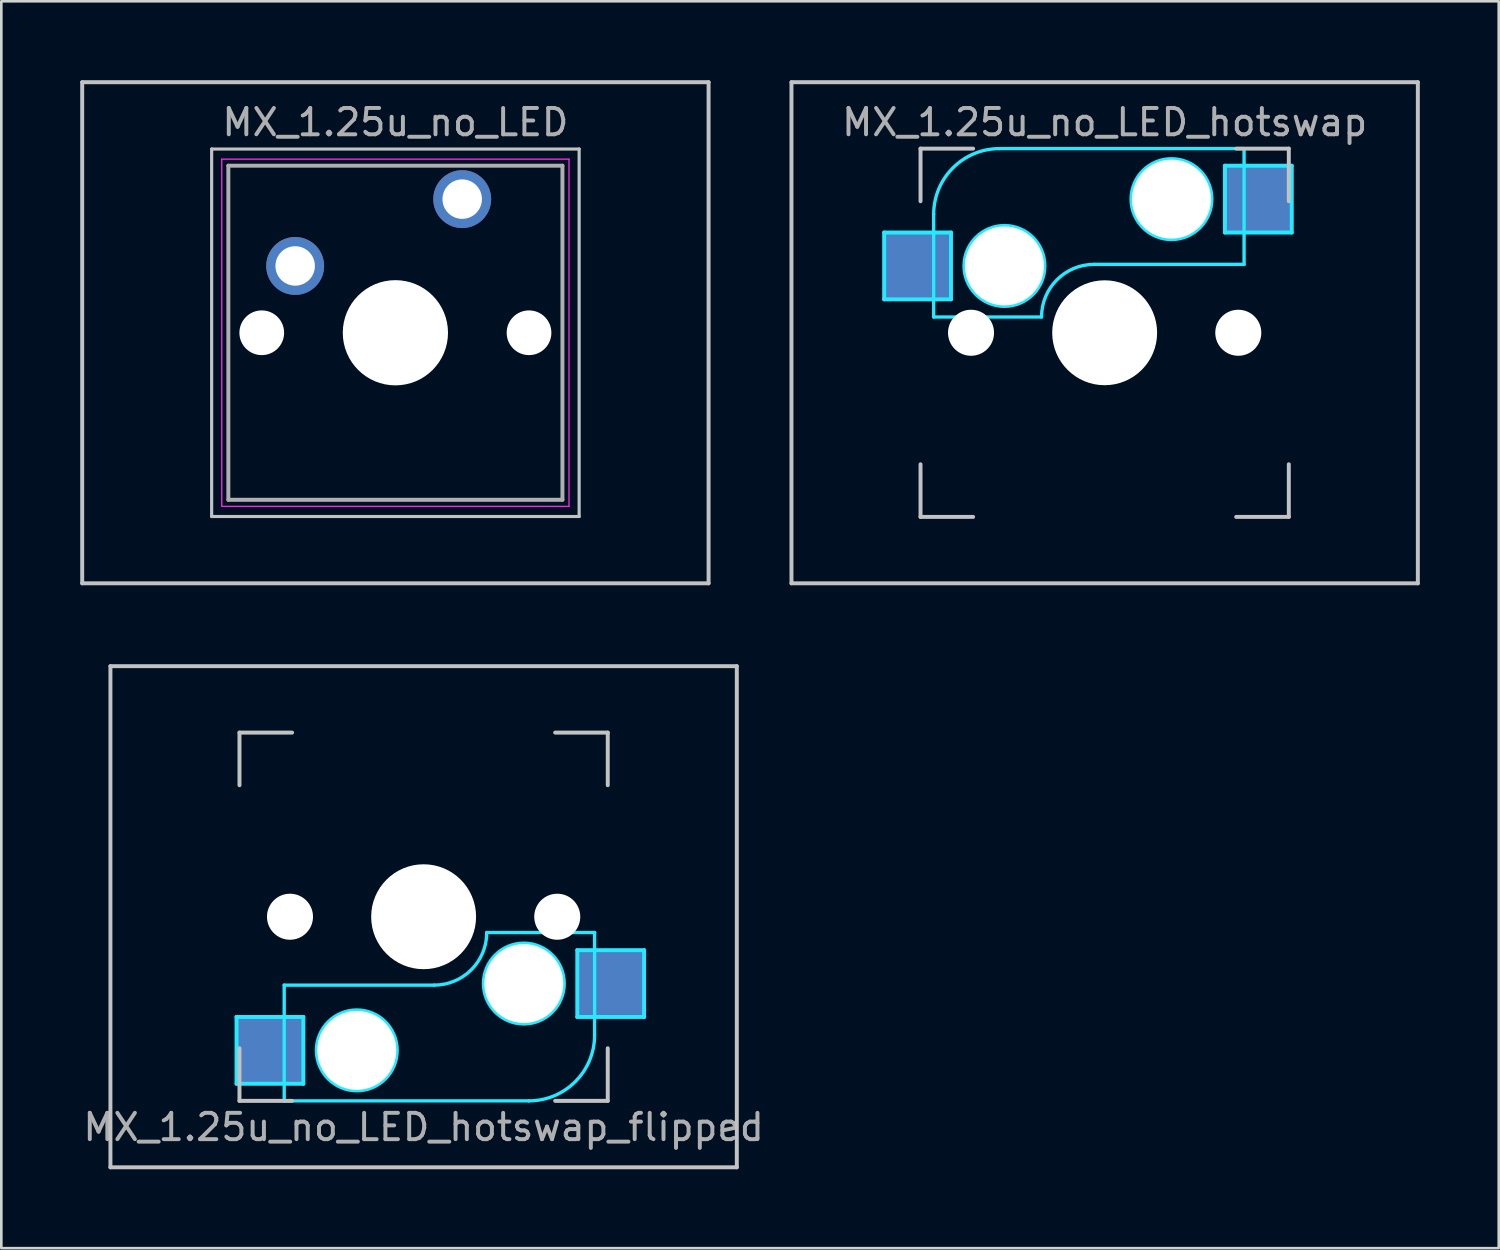
<source format=kicad_pcb>
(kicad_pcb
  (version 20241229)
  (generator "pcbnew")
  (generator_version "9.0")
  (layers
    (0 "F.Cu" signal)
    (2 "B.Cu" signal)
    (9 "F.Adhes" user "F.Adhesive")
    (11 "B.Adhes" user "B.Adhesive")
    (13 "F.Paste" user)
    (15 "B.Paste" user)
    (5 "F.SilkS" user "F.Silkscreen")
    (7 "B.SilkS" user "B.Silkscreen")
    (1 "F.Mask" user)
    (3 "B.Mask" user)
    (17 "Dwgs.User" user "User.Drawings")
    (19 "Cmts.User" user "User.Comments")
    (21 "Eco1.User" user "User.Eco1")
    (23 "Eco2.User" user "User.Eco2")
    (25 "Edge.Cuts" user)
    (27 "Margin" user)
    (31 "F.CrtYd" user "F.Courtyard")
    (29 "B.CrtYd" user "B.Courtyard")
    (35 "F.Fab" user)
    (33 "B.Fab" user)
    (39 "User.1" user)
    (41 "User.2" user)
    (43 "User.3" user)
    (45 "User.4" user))
  (footprint "MX_1.25u_no_LED_hotswap_flipped"
    (layer "F.Cu")
    (at 13.054 31.8)
    (property "Reference" "MX_1.25u_no_LED_hotswap_flipped" (at 0 8 180) (layer "F.Fab") (effects (font (size 1 1) (thickness 0.15))))
    (attr through_hole)
    (fp_line (start -11.906 -9.525) (end 11.906 -9.525) (stroke (width 0.15) (type solid)) (layer "Dwgs.User"))
    (fp_line (start -11.906 9.525) (end -11.906 -9.525) (stroke (width 0.15) (type solid)) (layer "Dwgs.User"))
    (fp_line (start -7 -7) (end -7 -5) (stroke (width 0.15) (type solid)) (layer "Dwgs.User"))
    (fp_line (start -7 7) (end -7 5) (stroke (width 0.15) (type solid)) (layer "Dwgs.User"))
    (fp_line (start -5 -7) (end -7 -7) (stroke (width 0.15) (type solid)) (layer "Dwgs.User"))
    (fp_line (start -5 7) (end -7 7) (stroke (width 0.15) (type solid)) (layer "Dwgs.User"))
    (fp_line (start 5 7) (end 7 7) (stroke (width 0.15) (type solid)) (layer "Dwgs.User"))
    (fp_line (start 7 -7) (end 5 -7) (stroke (width 0.15) (type solid)) (layer "Dwgs.User"))
    (fp_line (start 7 -5) (end 7 -7) (stroke (width 0.15) (type solid)) (layer "Dwgs.User"))
    (fp_line (start 7 7) (end 7 5) (stroke (width 0.15) (type solid)) (layer "Dwgs.User"))
    (fp_line (start 11.906 -9.525) (end 11.906 9.525) (stroke (width 0.15) (type solid)) (layer "Dwgs.User"))
    (fp_line (start 11.906 9.525) (end -11.906 9.525) (stroke (width 0.15) (type solid)) (layer "Dwgs.User"))
    (fp_line (start -7.112 3.81) (end -4.572 3.81) (stroke (width 0.15) (type solid)) (layer "B.CrtYd"))
    (fp_line (start -7.112 6.35) (end -7.112 3.81) (stroke (width 0.15) (type solid)) (layer "B.CrtYd"))
    (fp_line (start -5.3 7) (end -5.3 2.6) (stroke (width 0.127) (type solid)) (layer "B.CrtYd"))
    (fp_line (start -5.3 7) (end 4 7) (stroke (width 0.127) (type solid)) (layer "B.CrtYd"))
    (fp_line (start -4.572 3.81) (end -4.572 6.35) (stroke (width 0.15) (type solid)) (layer "B.CrtYd"))
    (fp_line (start -4.572 6.35) (end -7.112 6.35) (stroke (width 0.15) (type solid)) (layer "B.CrtYd"))
    (fp_line (start 0.4 2.6) (end -5.3 2.6) (stroke (width 0.127) (type solid)) (layer "B.CrtYd"))
    (fp_line (start 5.842 1.27) (end 5.842 3.81) (stroke (width 0.15) (type solid)) (layer "B.CrtYd"))
    (fp_line (start 5.842 3.81) (end 8.382 3.81) (stroke (width 0.15) (type solid)) (layer "B.CrtYd"))
    (fp_line (start 6.5 0.6) (end 2.4 0.6) (stroke (width 0.127) (type solid)) (layer "B.CrtYd"))
    (fp_line (start 6.5 4.5) (end 6.5 0.6) (stroke (width 0.127) (type solid)) (layer "B.CrtYd"))
    (fp_line (start 8.382 1.27) (end 5.842 1.27) (stroke (width 0.15) (type solid)) (layer "B.CrtYd"))
    (fp_line (start 8.382 3.81) (end 8.382 1.27) (stroke (width 0.15) (type solid)) (layer "B.CrtYd"))
    (fp_arc (start 2.4 0.6) (mid 1.814214 2.014214) (end 0.4 2.6) (stroke (width 0.127) (type solid)) (layer "B.CrtYd"))
    (fp_arc (start 6.5 4.5) (mid 5.767767 6.267767) (end 4 7) (stroke (width 0.127) (type solid)) (layer "B.CrtYd"))
    (fp_circle (center -2.54 5.08) (end -2.54 6.604) (stroke (width 0.15) (type solid)) (fill no) (layer "B.CrtYd"))
    (fp_circle (center 3.81 2.54) (end 3.81 4.064) (stroke (width 0.15) (type solid)) (fill no) (layer "B.CrtYd"))
    (pad "" np_thru_hole circle (at -5.08 0 228.1) (size 1.75 1.75) (drill 1.75) (layers "*.Cu" "*.Mask"))
    (pad "" np_thru_hole circle (at -2.54 5.08 180) (size 3 3) (drill 3) (layers "*.Cu" "*.Mask"))
    (pad "" np_thru_hole circle (at 0 0 180) (size 3.988 3.988) (drill 3.988) (layers "*.Cu" "*.Mask"))
    (pad "" np_thru_hole circle (at 3.81 2.54 180) (size 3 3) (drill 3) (layers "*.Cu" "*.Mask"))
    (pad "" np_thru_hole circle (at 5.08 0 228.1) (size 1.75 1.75) (drill 1.75) (layers "*.Cu" "*.Mask"))
    (pad "1" smd rect (at 7.085 2.54 180) (size 2.55 2.5) (layers "B.Cu" "B.Mask"))
    (pad "2" smd rect (at -5.842 5.08 180) (size 2.55 2.5) (layers "B.Cu" "B.Mask")))
  (footprint "MX_1.25u_no_LED"
    (layer "F.Cu")
    (at 11.981 9.6)
    (property "Reference" "MX_1.25u_no_LED" (at 0 -8 0) (layer "F.Fab") (effects (font (size 1 1) (thickness 0.15))))
    (attr through_hole)
    (fp_line (start -11.906 -9.525) (end 11.906 -9.525) (stroke (width 0.15) (type solid)) (layer "Dwgs.User"))
    (fp_line (start -11.906 9.525) (end -11.906 -9.525) (stroke (width 0.15) (type solid)) (layer "Dwgs.User"))
    (fp_line (start -6.985 -6.985) (end 6.985 -6.985) (stroke (width 0.12) (type solid)) (layer "Dwgs.User"))
    (fp_line (start -6.985 6.985) (end -6.985 -6.985) (stroke (width 0.12) (type solid)) (layer "Dwgs.User"))
    (fp_line (start 6.985 -6.985) (end 6.985 6.985) (stroke (width 0.12) (type solid)) (layer "Dwgs.User"))
    (fp_line (start 6.985 6.985) (end -6.985 6.985) (stroke (width 0.12) (type solid)) (layer "Dwgs.User"))
    (fp_line (start 11.906 -9.525) (end 11.906 9.525) (stroke (width 0.15) (type solid)) (layer "Dwgs.User"))
    (fp_line (start 11.906 9.525) (end -11.906 9.525) (stroke (width 0.15) (type solid)) (layer "Dwgs.User"))
    (fp_line (start -6.6 -6.6) (end 6.6 -6.6) (stroke (width 0.05) (type solid)) (layer "F.CrtYd"))
    (fp_line (start -6.6 6.6) (end -6.6 -6.6) (stroke (width 0.05) (type solid)) (layer "F.CrtYd"))
    (fp_line (start 6.6 -6.6) (end 6.6 6.6) (stroke (width 0.05) (type solid)) (layer "F.CrtYd"))
    (fp_line (start 6.6 6.6) (end -6.6 6.6) (stroke (width 0.05) (type solid)) (layer "F.CrtYd"))
    (fp_line (start -6.35 -6.35) (end 6.35 -6.35) (stroke (width 0.15) (type solid)) (layer "F.Fab"))
    (fp_line (start -6.35 6.35) (end -6.35 -6.35) (stroke (width 0.15) (type solid)) (layer "F.Fab"))
    (fp_line (start 6.35 -6.35) (end 6.35 6.35) (stroke (width 0.15) (type solid)) (layer "F.Fab"))
    (fp_line (start 6.35 6.35) (end -6.35 6.35) (stroke (width 0.15) (type solid)) (layer "F.Fab"))
    (pad "" np_thru_hole circle (at -5.08 0) (size 1.7 1.7) (drill 1.7) (layers "*.Cu" "*.Mask"))
    (pad "" np_thru_hole circle (at 0 0) (size 4 4) (drill 4) (layers "*.Cu" "*.Mask"))
    (pad "" np_thru_hole circle (at 5.08 0) (size 1.7 1.7) (drill 1.7) (layers "*.Cu" "*.Mask"))
    (pad "1" thru_hole circle (at 2.54 -5.08) (size 2.2 2.2) (drill 1.5) (layers "*.Cu" "*.Mask"))
    (pad "2" thru_hole circle (at -3.81 -2.54) (size 2.2 2.2) (drill 1.5) (layers "*.Cu" "*.Mask")))
  (footprint "MX_1.25u_no_LED_hotswap"
    (layer "F.Cu")
    (at 38.944 9.6)
    (property "Reference" "MX_1.25u_no_LED_hotswap" (at 0 -8 0) (layer "F.Fab") (effects (font (size 1 1) (thickness 0.15))))
    (attr through_hole)
    (fp_line (start -11.906 -9.525) (end 11.906 -9.525) (stroke (width 0.15) (type solid)) (layer "Dwgs.User"))
    (fp_line (start -11.906 9.525) (end -11.906 -9.525) (stroke (width 0.15) (type solid)) (layer "Dwgs.User"))
    (fp_line (start -7 -7) (end -7 -5) (stroke (width 0.15) (type solid)) (layer "Dwgs.User"))
    (fp_line (start -7 5) (end -7 7) (stroke (width 0.15) (type solid)) (layer "Dwgs.User"))
    (fp_line (start -7 7) (end -5 7) (stroke (width 0.15) (type solid)) (layer "Dwgs.User"))
    (fp_line (start -5 -7) (end -7 -7) (stroke (width 0.15) (type solid)) (layer "Dwgs.User"))
    (fp_line (start 5 -7) (end 7 -7) (stroke (width 0.15) (type solid)) (layer "Dwgs.User"))
    (fp_line (start 5 7) (end 7 7) (stroke (width 0.15) (type solid)) (layer "Dwgs.User"))
    (fp_line (start 7 -7) (end 7 -5) (stroke (width 0.15) (type solid)) (layer "Dwgs.User"))
    (fp_line (start 7 7) (end 7 5) (stroke (width 0.15) (type solid)) (layer "Dwgs.User"))
    (fp_line (start 11.906 -9.525) (end 11.906 9.525) (stroke (width 0.15) (type solid)) (layer "Dwgs.User"))
    (fp_line (start 11.906 9.525) (end -11.906 9.525) (stroke (width 0.15) (type solid)) (layer "Dwgs.User"))
    (fp_line (start -8.382 -3.81) (end -8.382 -1.27) (stroke (width 0.15) (type solid)) (layer "B.CrtYd"))
    (fp_line (start -8.382 -1.27) (end -5.842 -1.27) (stroke (width 0.15) (type solid)) (layer "B.CrtYd"))
    (fp_line (start -6.5 -4.5) (end -6.5 -0.6) (stroke (width 0.127) (type solid)) (layer "B.CrtYd"))
    (fp_line (start -6.5 -0.6) (end -2.4 -0.6) (stroke (width 0.127) (type solid)) (layer "B.CrtYd"))
    (fp_line (start -5.842 -3.81) (end -8.382 -3.81) (stroke (width 0.15) (type solid)) (layer "B.CrtYd"))
    (fp_line (start -5.842 -1.27) (end -5.842 -3.81) (stroke (width 0.15) (type solid)) (layer "B.CrtYd"))
    (fp_line (start -0.4 -2.6) (end 5.3 -2.6) (stroke (width 0.127) (type solid)) (layer "B.CrtYd"))
    (fp_line (start 4.572 -6.35) (end 7.112 -6.35) (stroke (width 0.15) (type solid)) (layer "B.CrtYd"))
    (fp_line (start 4.572 -3.81) (end 4.572 -6.35) (stroke (width 0.15) (type solid)) (layer "B.CrtYd"))
    (fp_line (start 5.3 -7) (end -4 -7) (stroke (width 0.127) (type solid)) (layer "B.CrtYd"))
    (fp_line (start 5.3 -7) (end 5.3 -2.6) (stroke (width 0.127) (type solid)) (layer "B.CrtYd"))
    (fp_line (start 7.112 -6.35) (end 7.112 -3.81) (stroke (width 0.15) (type solid)) (layer "B.CrtYd"))
    (fp_line (start 7.112 -3.81) (end 4.572 -3.81) (stroke (width 0.15) (type solid)) (layer "B.CrtYd"))
    (fp_arc (start -6.5 -4.5) (mid -5.767767 -6.267767) (end -4 -7) (stroke (width 0.127) (type solid)) (layer "B.CrtYd"))
    (fp_arc (start -2.4 -0.6) (mid -1.814214 -2.014214) (end -0.4 -2.6) (stroke (width 0.127) (type solid)) (layer "B.CrtYd"))
    (fp_circle (center -3.81 -2.54) (end -3.81 -4.064) (stroke (width 0.15) (type solid)) (fill no) (layer "B.CrtYd"))
    (fp_circle (center 2.54 -5.08) (end 2.54 -6.604) (stroke (width 0.15) (type solid)) (fill no) (layer "B.CrtYd"))
    (pad "" np_thru_hole circle (at -5.08 0 48.1) (size 1.75 1.75) (drill 1.75) (layers "*.Cu" "*.Mask"))
    (pad "" np_thru_hole circle (at -3.81 -2.54) (size 3 3) (drill 3) (layers "*.Cu" "*.Mask"))
    (pad "" np_thru_hole circle (at 0 0) (size 3.988 3.988) (drill 3.988) (layers "*.Cu" "*.Mask"))
    (pad "" np_thru_hole circle (at 2.54 -5.08) (size 3 3) (drill 3) (layers "*.Cu" "*.Mask"))
    (pad "" np_thru_hole circle (at 5.08 0 48.1) (size 1.75 1.75) (drill 1.75) (layers "*.Cu" "*.Mask"))
    (pad "1" smd rect (at 5.842 -5.08) (size 2.55 2.5) (layers "B.Cu" "B.Mask" "B.Paste"))
    (pad "2" smd rect (at -7.085 -2.54) (size 2.55 2.5) (layers "B.Cu" "B.Mask" "B.Paste")))
  (gr_rect
    (start -3 -3)
    (end 53.925 44.4)
    (stroke (width 0.1) (type default))
    (fill no)
    (layer "Edge.Cuts")))
</source>
